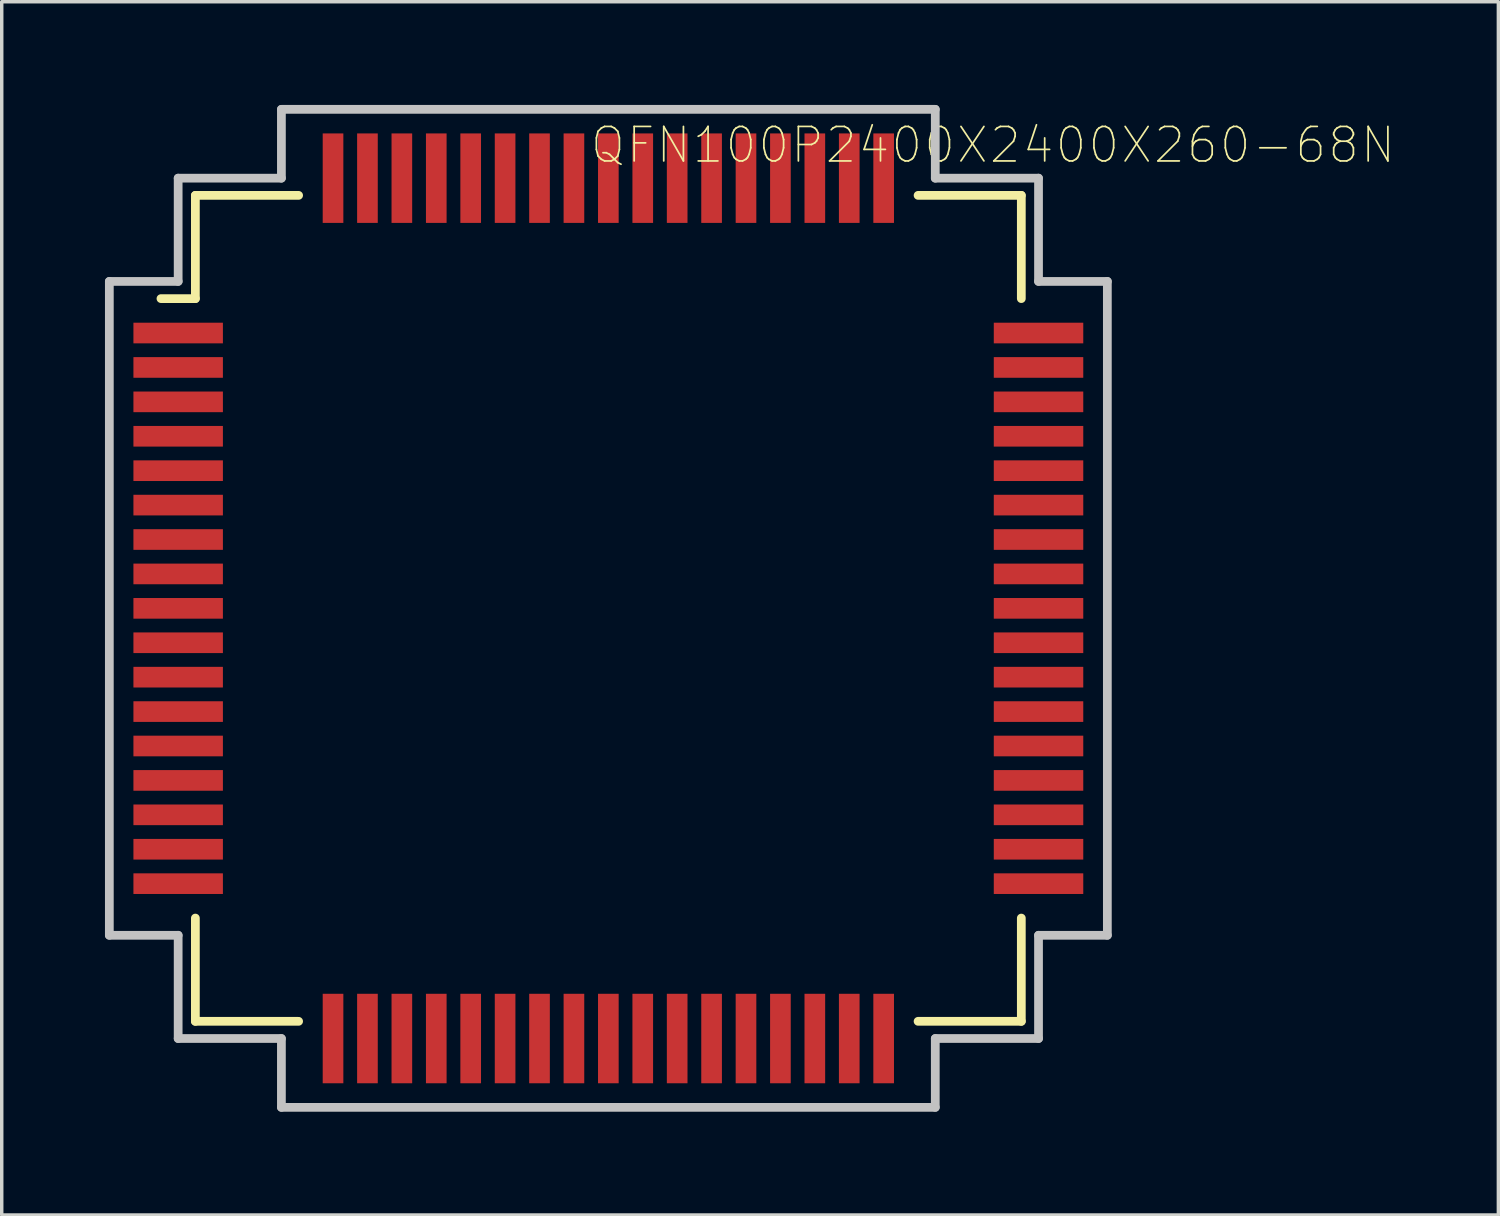
<source format=kicad_pcb>
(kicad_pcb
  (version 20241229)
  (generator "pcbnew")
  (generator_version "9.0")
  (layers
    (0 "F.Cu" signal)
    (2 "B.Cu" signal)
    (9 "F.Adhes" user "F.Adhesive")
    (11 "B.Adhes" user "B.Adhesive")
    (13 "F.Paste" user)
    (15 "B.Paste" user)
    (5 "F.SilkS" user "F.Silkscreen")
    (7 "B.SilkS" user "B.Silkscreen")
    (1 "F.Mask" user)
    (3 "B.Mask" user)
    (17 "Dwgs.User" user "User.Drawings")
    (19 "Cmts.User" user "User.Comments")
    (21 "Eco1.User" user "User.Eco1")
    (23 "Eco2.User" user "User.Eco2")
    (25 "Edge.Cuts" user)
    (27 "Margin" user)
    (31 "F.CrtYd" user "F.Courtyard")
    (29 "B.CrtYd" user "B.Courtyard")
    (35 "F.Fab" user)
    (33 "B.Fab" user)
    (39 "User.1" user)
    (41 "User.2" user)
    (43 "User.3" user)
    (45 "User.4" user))
  (footprint "QFN100P2400X2400X260-68N"
    (layer "F.Cu")
    (at 14.627 14.627)
    (property "Reference" "QFN100P2400X2400X260-68N" (at 11.176 -13.462 0) (layer "F.SilkS") (effects (font (size 1.002 1.002) (thickness 0.05))))
    (attr smd)
    (fp_line (start -12 -12) (end -12 -9) (stroke (width 0.254) (type solid)) (layer "F.SilkS"))
    (fp_line (start -12 -9) (end -13 -9) (stroke (width 0.254) (type solid)) (layer "F.SilkS"))
    (fp_line (start -12 9) (end -12 12) (stroke (width 0.254) (type solid)) (layer "F.SilkS"))
    (fp_line (start -12 12) (end -9 12) (stroke (width 0.254) (type solid)) (layer "F.SilkS"))
    (fp_line (start -9 -12) (end -12 -12) (stroke (width 0.254) (type solid)) (layer "F.SilkS"))
    (fp_line (start 9 -12) (end 12 -12) (stroke (width 0.254) (type solid)) (layer "F.SilkS"))
    (fp_line (start 9 12) (end 12 12) (stroke (width 0.254) (type solid)) (layer "F.SilkS"))
    (fp_line (start 12 -12) (end 12 -9) (stroke (width 0.254) (type solid)) (layer "F.SilkS"))
    (fp_line (start 12 12) (end 12 9) (stroke (width 0.254) (type solid)) (layer "F.SilkS"))
    (fp_line (start -14.5 -9.5) (end -14.5 9.5) (stroke (width 0.254) (type solid)) (layer "Dwgs.User"))
    (fp_line (start -14.5 9.5) (end -12.5 9.5) (stroke (width 0.254) (type solid)) (layer "Dwgs.User"))
    (fp_line (start -12.5 -12.5) (end -12.5 -9.5) (stroke (width 0.254) (type solid)) (layer "Dwgs.User"))
    (fp_line (start -12.5 -12.5) (end -9.5 -12.5) (stroke (width 0.254) (type solid)) (layer "Dwgs.User"))
    (fp_line (start -12.5 -9.5) (end -14.5 -9.5) (stroke (width 0.254) (type solid)) (layer "Dwgs.User"))
    (fp_line (start -12.5 9.5) (end -12.5 12.5) (stroke (width 0.254) (type solid)) (layer "Dwgs.User"))
    (fp_line (start -9.5 -14.5) (end 9.5 -14.5) (stroke (width 0.254) (type solid)) (layer "Dwgs.User"))
    (fp_line (start -9.5 -12.5) (end -9.5 -14.5) (stroke (width 0.254) (type solid)) (layer "Dwgs.User"))
    (fp_line (start -9.5 12.5) (end -12.5 12.5) (stroke (width 0.254) (type solid)) (layer "Dwgs.User"))
    (fp_line (start -9.5 14.5) (end -9.5 12.5) (stroke (width 0.254) (type solid)) (layer "Dwgs.User"))
    (fp_line (start 9.5 -14.5) (end 9.5 -12.5) (stroke (width 0.254) (type solid)) (layer "Dwgs.User"))
    (fp_line (start 9.5 -12.5) (end 12.5 -12.5) (stroke (width 0.254) (type solid)) (layer "Dwgs.User"))
    (fp_line (start 9.5 12.5) (end 9.5 14.5) (stroke (width 0.254) (type solid)) (layer "Dwgs.User"))
    (fp_line (start 9.5 14.5) (end -9.5 14.5) (stroke (width 0.254) (type solid)) (layer "Dwgs.User"))
    (fp_line (start 12.5 -12.5) (end 12.5 -9.5) (stroke (width 0.254) (type solid)) (layer "Dwgs.User"))
    (fp_line (start 12.5 -9.5) (end 14.5 -9.5) (stroke (width 0.254) (type solid)) (layer "Dwgs.User"))
    (fp_line (start 12.5 9.5) (end 12.5 12.5) (stroke (width 0.254) (type solid)) (layer "Dwgs.User"))
    (fp_line (start 12.5 12.5) (end 9.5 12.5) (stroke (width 0.254) (type solid)) (layer "Dwgs.User"))
    (fp_line (start 14.5 -9.5) (end 14.5 9.5) (stroke (width 0.254) (type solid)) (layer "Dwgs.User"))
    (fp_line (start 14.5 9.5) (end 12.5 9.5) (stroke (width 0.254) (type solid)) (layer "Dwgs.User"))
    (pad "1" smd rect (at -12.5 -8) (size 2.6 0.6) (layers "F.Cu" "F.Mask" "F.Paste"))
    (pad "2" smd rect (at -12.5 -7) (size 2.6 0.6) (layers "F.Cu" "F.Mask" "F.Paste"))
    (pad "3" smd rect (at -12.5 -6) (size 2.6 0.6) (layers "F.Cu" "F.Mask" "F.Paste"))
    (pad "4" smd rect (at -12.5 -5) (size 2.6 0.6) (layers "F.Cu" "F.Mask" "F.Paste"))
    (pad "5" smd rect (at -12.5 -4) (size 2.6 0.6) (layers "F.Cu" "F.Mask" "F.Paste"))
    (pad "6" smd rect (at -12.5 -3) (size 2.6 0.6) (layers "F.Cu" "F.Mask" "F.Paste"))
    (pad "7" smd rect (at -12.5 -2) (size 2.6 0.6) (layers "F.Cu" "F.Mask" "F.Paste"))
    (pad "8" smd rect (at -12.5 -1) (size 2.6 0.6) (layers "F.Cu" "F.Mask" "F.Paste"))
    (pad "9" smd rect (at -12.5 0) (size 2.6 0.6) (layers "F.Cu" "F.Mask" "F.Paste"))
    (pad "10" smd rect (at -12.5 1) (size 2.6 0.6) (layers "F.Cu" "F.Mask" "F.Paste"))
    (pad "11" smd rect (at -12.5 2) (size 2.6 0.6) (layers "F.Cu" "F.Mask" "F.Paste"))
    (pad "12" smd rect (at -12.5 3) (size 2.6 0.6) (layers "F.Cu" "F.Mask" "F.Paste"))
    (pad "13" smd rect (at -12.5 4) (size 2.6 0.6) (layers "F.Cu" "F.Mask" "F.Paste"))
    (pad "14" smd rect (at -12.5 5) (size 2.6 0.6) (layers "F.Cu" "F.Mask" "F.Paste"))
    (pad "15" smd rect (at -12.5 6) (size 2.6 0.6) (layers "F.Cu" "F.Mask" "F.Paste"))
    (pad "16" smd rect (at -12.5 7) (size 2.6 0.6) (layers "F.Cu" "F.Mask" "F.Paste"))
    (pad "17" smd rect (at -12.5 8) (size 2.6 0.6) (layers "F.Cu" "F.Mask" "F.Paste"))
    (pad "18" smd rect (at -8 12.5 90) (size 2.6 0.6) (layers "F.Cu" "F.Mask" "F.Paste"))
    (pad "19" smd rect (at -7 12.5 90) (size 2.6 0.6) (layers "F.Cu" "F.Mask" "F.Paste"))
    (pad "20" smd rect (at -6 12.5 90) (size 2.6 0.6) (layers "F.Cu" "F.Mask" "F.Paste"))
    (pad "21" smd rect (at -5 12.5 90) (size 2.6 0.6) (layers "F.Cu" "F.Mask" "F.Paste"))
    (pad "22" smd rect (at -4 12.5 90) (size 2.6 0.6) (layers "F.Cu" "F.Mask" "F.Paste"))
    (pad "23" smd rect (at -3 12.5 90) (size 2.6 0.6) (layers "F.Cu" "F.Mask" "F.Paste"))
    (pad "24" smd rect (at -2 12.5 90) (size 2.6 0.6) (layers "F.Cu" "F.Mask" "F.Paste"))
    (pad "25" smd rect (at -1 12.5 90) (size 2.6 0.6) (layers "F.Cu" "F.Mask" "F.Paste"))
    (pad "26" smd rect (at 0 12.5 90) (size 2.6 0.6) (layers "F.Cu" "F.Mask" "F.Paste"))
    (pad "27" smd rect (at 1 12.5 90) (size 2.6 0.6) (layers "F.Cu" "F.Mask" "F.Paste"))
    (pad "28" smd rect (at 2 12.5 90) (size 2.6 0.6) (layers "F.Cu" "F.Mask" "F.Paste"))
    (pad "29" smd rect (at 3 12.5 90) (size 2.6 0.6) (layers "F.Cu" "F.Mask" "F.Paste"))
    (pad "30" smd rect (at 4 12.5 90) (size 2.6 0.6) (layers "F.Cu" "F.Mask" "F.Paste"))
    (pad "31" smd rect (at 5 12.5 90) (size 2.6 0.6) (layers "F.Cu" "F.Mask" "F.Paste"))
    (pad "32" smd rect (at 6 12.5 90) (size 2.6 0.6) (layers "F.Cu" "F.Mask" "F.Paste"))
    (pad "33" smd rect (at 7 12.5 90) (size 2.6 0.6) (layers "F.Cu" "F.Mask" "F.Paste"))
    (pad "34" smd rect (at 8 12.5 90) (size 2.6 0.6) (layers "F.Cu" "F.Mask" "F.Paste"))
    (pad "35" smd rect (at 12.5 8 180) (size 2.6 0.6) (layers "F.Cu" "F.Mask" "F.Paste"))
    (pad "36" smd rect (at 12.5 7 180) (size 2.6 0.6) (layers "F.Cu" "F.Mask" "F.Paste"))
    (pad "37" smd rect (at 12.5 6 180) (size 2.6 0.6) (layers "F.Cu" "F.Mask" "F.Paste"))
    (pad "38" smd rect (at 12.5 5 180) (size 2.6 0.6) (layers "F.Cu" "F.Mask" "F.Paste"))
    (pad "39" smd rect (at 12.5 4 180) (size 2.6 0.6) (layers "F.Cu" "F.Mask" "F.Paste"))
    (pad "40" smd rect (at 12.5 3 180) (size 2.6 0.6) (layers "F.Cu" "F.Mask" "F.Paste"))
    (pad "41" smd rect (at 12.5 2 180) (size 2.6 0.6) (layers "F.Cu" "F.Mask" "F.Paste"))
    (pad "42" smd rect (at 12.5 1 180) (size 2.6 0.6) (layers "F.Cu" "F.Mask" "F.Paste"))
    (pad "43" smd rect (at 12.5 0 180) (size 2.6 0.6) (layers "F.Cu" "F.Mask" "F.Paste"))
    (pad "44" smd rect (at 12.5 -1 180) (size 2.6 0.6) (layers "F.Cu" "F.Mask" "F.Paste"))
    (pad "45" smd rect (at 12.5 -2 180) (size 2.6 0.6) (layers "F.Cu" "F.Mask" "F.Paste"))
    (pad "46" smd rect (at 12.5 -3 180) (size 2.6 0.6) (layers "F.Cu" "F.Mask" "F.Paste"))
    (pad "47" smd rect (at 12.5 -4 180) (size 2.6 0.6) (layers "F.Cu" "F.Mask" "F.Paste"))
    (pad "48" smd rect (at 12.5 -5 180) (size 2.6 0.6) (layers "F.Cu" "F.Mask" "F.Paste"))
    (pad "49" smd rect (at 12.5 -6 180) (size 2.6 0.6) (layers "F.Cu" "F.Mask" "F.Paste"))
    (pad "50" smd rect (at 12.5 -7 180) (size 2.6 0.6) (layers "F.Cu" "F.Mask" "F.Paste"))
    (pad "51" smd rect (at 12.5 -8 180) (size 2.6 0.6) (layers "F.Cu" "F.Mask" "F.Paste"))
    (pad "52" smd rect (at 8 -12.5 270) (size 2.6 0.6) (layers "F.Cu" "F.Mask" "F.Paste"))
    (pad "53" smd rect (at 7 -12.5 270) (size 2.6 0.6) (layers "F.Cu" "F.Mask" "F.Paste"))
    (pad "54" smd rect (at 6 -12.5 270) (size 2.6 0.6) (layers "F.Cu" "F.Mask" "F.Paste"))
    (pad "55" smd rect (at 5 -12.5 270) (size 2.6 0.6) (layers "F.Cu" "F.Mask" "F.Paste"))
    (pad "56" smd rect (at 4 -12.5 270) (size 2.6 0.6) (layers "F.Cu" "F.Mask" "F.Paste"))
    (pad "57" smd rect (at 3 -12.5 270) (size 2.6 0.6) (layers "F.Cu" "F.Mask" "F.Paste"))
    (pad "58" smd rect (at 2 -12.5 270) (size 2.6 0.6) (layers "F.Cu" "F.Mask" "F.Paste"))
    (pad "59" smd rect (at 1 -12.5 270) (size 2.6 0.6) (layers "F.Cu" "F.Mask" "F.Paste"))
    (pad "60" smd rect (at 0 -12.5 270) (size 2.6 0.6) (layers "F.Cu" "F.Mask" "F.Paste"))
    (pad "61" smd rect (at -1 -12.5 270) (size 2.6 0.6) (layers "F.Cu" "F.Mask" "F.Paste"))
    (pad "62" smd rect (at -2 -12.5 270) (size 2.6 0.6) (layers "F.Cu" "F.Mask" "F.Paste"))
    (pad "63" smd rect (at -3 -12.5 270) (size 2.6 0.6) (layers "F.Cu" "F.Mask" "F.Paste"))
    (pad "64" smd rect (at -4 -12.5 270) (size 2.6 0.6) (layers "F.Cu" "F.Mask" "F.Paste"))
    (pad "65" smd rect (at -5 -12.5 270) (size 2.6 0.6) (layers "F.Cu" "F.Mask" "F.Paste"))
    (pad "66" smd rect (at -6 -12.5 270) (size 2.6 0.6) (layers "F.Cu" "F.Mask" "F.Paste"))
    (pad "67" smd rect (at -7 -12.5 270) (size 2.6 0.6) (layers "F.Cu" "F.Mask" "F.Paste"))
    (pad "68" smd rect (at -8 -12.5 270) (size 2.6 0.6) (layers "F.Cu" "F.Mask" "F.Paste")))
  (gr_rect
    (start -3 -3)
    (end 40.489 32.254)
    (stroke (width 0.1) (type default))
    (fill no)
    (layer "Edge.Cuts")))
</source>
